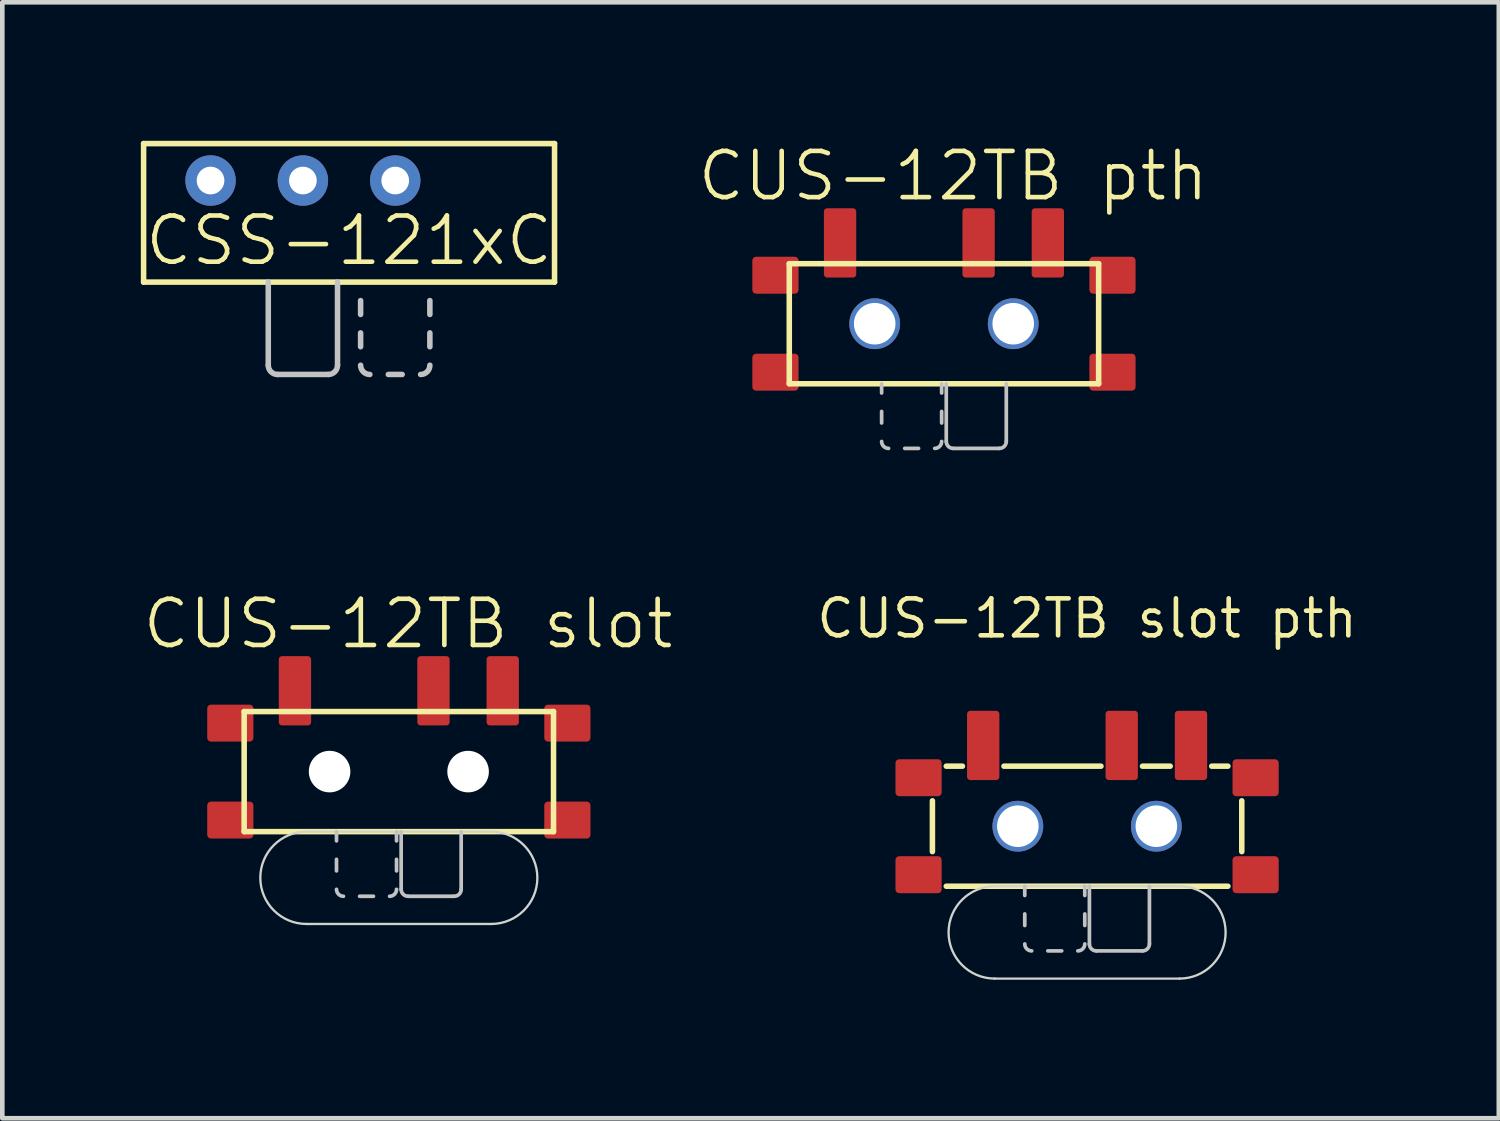
<source format=kicad_pcb>
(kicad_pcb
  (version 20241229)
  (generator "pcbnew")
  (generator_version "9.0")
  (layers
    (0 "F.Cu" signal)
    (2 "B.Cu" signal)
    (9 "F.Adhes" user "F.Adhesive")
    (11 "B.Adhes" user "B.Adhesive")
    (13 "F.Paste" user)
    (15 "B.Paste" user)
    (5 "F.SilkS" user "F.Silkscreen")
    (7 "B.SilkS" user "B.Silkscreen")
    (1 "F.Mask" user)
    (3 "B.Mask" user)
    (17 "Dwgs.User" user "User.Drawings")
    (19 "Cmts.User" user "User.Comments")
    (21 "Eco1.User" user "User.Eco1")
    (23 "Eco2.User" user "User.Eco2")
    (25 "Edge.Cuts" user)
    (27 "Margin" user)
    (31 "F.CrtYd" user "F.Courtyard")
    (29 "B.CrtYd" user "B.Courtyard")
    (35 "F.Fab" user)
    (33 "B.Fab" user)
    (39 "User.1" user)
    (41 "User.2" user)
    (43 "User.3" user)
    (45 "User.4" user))
  (footprint "CSS-121xC"
    (layer "F.Cu")
    (at 4.51 0.86)
    (property "Reference" "CSS-121xC" (at 0 1.3 0) (layer "F.SilkS") (effects (font (size 1 1) (thickness 0.1))))
    (attr through_hole)
    (fp_line (start -4.45 -0.8) (end -4.45 2.2) (stroke (width 0.12) (type solid)) (layer "F.SilkS"))
    (fp_line (start -4.45 -0.8) (end 4.45 -0.8) (stroke (width 0.12) (type solid)) (layer "F.SilkS"))
    (fp_line (start -4.45 2.2) (end 4.45 2.2) (stroke (width 0.12) (type solid)) (layer "F.SilkS"))
    (fp_line (start 4.45 -0.8) (end 4.45 2.2) (stroke (width 0.12) (type solid)) (layer "F.SilkS"))
    (fp_line (start -1.75 4) (end -1.75 2.2) (stroke (width 0.12) (type solid)) (layer "Dwgs.User"))
    (fp_line (start -0.45 4.2) (end -1.55 4.2) (stroke (width 0.12) (type solid)) (layer "Dwgs.User"))
    (fp_line (start -0.25 2.2) (end -0.25 4) (stroke (width 0.12) (type solid)) (layer "Dwgs.User"))
    (fp_line (start 0.25 2.9) (end 0.25 2.6) (stroke (width 0.12) (type solid)) (layer "Dwgs.User"))
    (fp_line (start 0.25 3.6) (end 0.25 3.3) (stroke (width 0.12) (type solid)) (layer "Dwgs.User"))
    (fp_line (start 1.15 4.2) (end 0.85 4.2) (stroke (width 0.12) (type solid)) (layer "Dwgs.User"))
    (fp_line (start 1.75 2.6) (end 1.75 2.9) (stroke (width 0.12) (type solid)) (layer "Dwgs.User"))
    (fp_line (start 1.75 3.3) (end 1.75 3.6) (stroke (width 0.12) (type solid)) (layer "Dwgs.User"))
    (fp_arc (start -1.55 4.2) (mid -1.691421 4.141421) (end -1.75 4) (stroke (width 0.12) (type solid)) (layer "Dwgs.User"))
    (fp_arc (start -0.25 4) (mid -0.308579 4.141421) (end -0.45 4.2) (stroke (width 0.12) (type solid)) (layer "Dwgs.User"))
    (fp_arc (start 0.45 4.2) (mid 0.308579 4.141421) (end 0.25 4) (stroke (width 0.12) (type solid)) (layer "Dwgs.User"))
    (fp_arc (start 1.75 4) (mid 1.691421 4.141421) (end 1.55 4.2) (stroke (width 0.12) (type solid)) (layer "Dwgs.User"))
    (pad "1" thru_hole circle (at -3 0) (size 1.092 1.092) (drill 0.6) (layers "*.Cu" "*.Mask"))
    (pad "2" thru_hole circle (at -1 0) (size 1.092 1.092) (drill 0.6) (layers "*.Cu" "*.Mask"))
    (pad "3" thru_hole circle (at 1 0) (size 1.092 1.092) (drill 0.6) (layers "*.Cu" "*.Mask")))
  (footprint "CUS-12TB pth"
    (layer "F.Cu")
    (at 17.394 3.961)
    (property "Reference" "CUS-12TB pth" (at 0.2 -3.2 0) (layer "F.SilkS") (effects (font (size 1 1) (thickness 0.1))))
    (attr smd)
    (fp_line (start -3.35 -1.3) (end -3.35 1.3) (stroke (width 0.12) (type solid)) (layer "F.SilkS"))
    (fp_line (start -3.35 1.3) (end 3.35 1.3) (stroke (width 0.12) (type solid)) (layer "F.SilkS"))
    (fp_line (start 3.35 -1.3) (end -3.35 -1.3) (stroke (width 0.12) (type solid)) (layer "F.SilkS"))
    (fp_line (start 3.35 1.3) (end 3.35 -1.3) (stroke (width 0.12) (type solid)) (layer "F.SilkS"))
    (fp_line (start -1.35 1.3) (end -1.35 1.5) (stroke (width 0.08) (type solid)) (layer "Dwgs.User"))
    (fp_line (start -1.35 1.9) (end -1.35 2.15) (stroke (width 0.08) (type solid)) (layer "Dwgs.User"))
    (fp_line (start -0.85 2.7) (end -0.55 2.7) (stroke (width 0.08) (type solid)) (layer "Dwgs.User"))
    (fp_line (start -0.05 1.5) (end -0.05 1.3) (stroke (width 0.08) (type solid)) (layer "Dwgs.User"))
    (fp_line (start -0.05 2.15) (end -0.05 1.9) (stroke (width 0.08) (type solid)) (layer "Dwgs.User"))
    (fp_line (start 0.05 1.3) (end 0.05 2.55) (stroke (width 0.08) (type solid)) (layer "Dwgs.User"))
    (fp_line (start 0.2 2.7) (end 1.2 2.7) (stroke (width 0.08) (type solid)) (layer "Dwgs.User"))
    (fp_line (start 1.35 2.55) (end 1.35 1.3) (stroke (width 0.08) (type solid)) (layer "Dwgs.User"))
    (fp_arc (start -1.2 2.7) (mid -1.306066 2.656066) (end -1.35 2.55) (stroke (width 0.08) (type solid)) (layer "Dwgs.User"))
    (fp_arc (start -0.05 2.55) (mid -0.093934 2.656066) (end -0.2 2.7) (stroke (width 0.08) (type solid)) (layer "Dwgs.User"))
    (fp_arc (start 0.2 2.7) (mid 0.093934 2.656066) (end 0.05 2.55) (stroke (width 0.08) (type solid)) (layer "Dwgs.User"))
    (fp_arc (start 1.35 2.55) (mid 1.306066 2.656066) (end 1.2 2.7) (stroke (width 0.08) (type solid)) (layer "Dwgs.User"))
    (pad "1" smd roundrect (at -2.25 -1.75) (size 0.7 1.5) (layers "F.Cu" "F.Mask" "F.Paste") (roundrect_rratio 0.1))
    (pad "2" smd roundrect (at 0.75 -1.75) (size 0.7 1.5) (layers "F.Cu" "F.Mask" "F.Paste") (roundrect_rratio 0.1))
    (pad "3" smd roundrect (at 2.25 -1.75) (size 0.7 1.5) (layers "F.Cu" "F.Mask" "F.Paste") (roundrect_rratio 0.1))
    (pad "S" smd roundrect (at -3.65 -1.05) (size 1 0.8) (layers "F.Cu" "F.Mask" "F.Paste") (roundrect_rratio 0.1))
    (pad "S" smd roundrect (at -3.65 1.05) (size 1 0.8) (layers "F.Cu" "F.Mask" "F.Paste") (roundrect_rratio 0.1))
    (pad "S" thru_hole circle (at -1.5 0) (size 1.1 1.1) (drill 0.9) (layers "*.Cu" "*.Mask"))
    (pad "S" thru_hole circle (at 1.5 0) (size 1.1 1.1) (drill 0.9) (layers "*.Cu" "*.Mask"))
    (pad "S" smd roundrect (at 3.65 -1.05) (size 1 0.8) (layers "F.Cu" "F.Mask" "F.Paste") (roundrect_rratio 0.1))
    (pad "S" smd roundrect (at 3.65 1.05) (size 1 0.8) (layers "F.Cu" "F.Mask" "F.Paste") (roundrect_rratio 0.1)))
  (footprint "CUS-12TB slot pth"
    (layer "F.Cu")
    (at 20.494 14.844)
    (property "Reference" "CUS-12TB slot pth" (at 0 -4.5 0) (unlocked yes) (layer "F.SilkS") (effects (font (size 0.8 0.8) (thickness 0.1))))
    (attr smd)
    (fp_line (start -3.35 -0.55) (end -3.35 0.55) (stroke (width 0.12) (type solid)) (layer "F.SilkS"))
    (fp_line (start -3.05 1.3) (end 3.05 1.3) (stroke (width 0.12) (type solid)) (layer "F.SilkS"))
    (fp_line (start -2.7 -1.3) (end -3.05 -1.3) (stroke (width 0.12) (type solid)) (layer "F.SilkS"))
    (fp_line (start 0.3 -1.3) (end -1.8 -1.3) (stroke (width 0.12) (type solid)) (layer "F.SilkS"))
    (fp_line (start 1.8 -1.3) (end 1.2 -1.3) (stroke (width 0.12) (type solid)) (layer "F.SilkS"))
    (fp_line (start 3.05 -1.3) (end 2.7 -1.3) (stroke (width 0.12) (type solid)) (layer "F.SilkS"))
    (fp_line (start 3.35 0.55) (end 3.35 -0.55) (stroke (width 0.12) (type solid)) (layer "F.SilkS"))
    (fp_line (start -1.35 1.3) (end -1.35 1.5) (stroke (width 0.08) (type solid)) (layer "Dwgs.User"))
    (fp_line (start -1.35 1.9) (end -1.35 2.15) (stroke (width 0.08) (type solid)) (layer "Dwgs.User"))
    (fp_line (start -0.85 2.7) (end -0.55 2.7) (stroke (width 0.08) (type solid)) (layer "Dwgs.User"))
    (fp_line (start -0.05 1.5) (end -0.05 1.3) (stroke (width 0.08) (type solid)) (layer "Dwgs.User"))
    (fp_line (start -0.05 2.15) (end -0.05 1.9) (stroke (width 0.08) (type solid)) (layer "Dwgs.User"))
    (fp_line (start 0.05 1.3) (end 0.05 2.55) (stroke (width 0.08) (type solid)) (layer "Dwgs.User"))
    (fp_line (start 0.2 2.7) (end 1.2 2.7) (stroke (width 0.08) (type solid)) (layer "Dwgs.User"))
    (fp_line (start 1.35 2.55) (end 1.35 1.3) (stroke (width 0.08) (type solid)) (layer "Dwgs.User"))
    (fp_arc (start -1.2 2.7) (mid -1.306066 2.656066) (end -1.35 2.55) (stroke (width 0.08) (type solid)) (layer "Dwgs.User"))
    (fp_arc (start -0.05 2.55) (mid -0.093934 2.656066) (end -0.2 2.7) (stroke (width 0.08) (type solid)) (layer "Dwgs.User"))
    (fp_arc (start 0.2 2.7) (mid 0.093934 2.656066) (end 0.05 2.55) (stroke (width 0.08) (type solid)) (layer "Dwgs.User"))
    (fp_arc (start 1.35 2.55) (mid 1.306066 2.656066) (end 1.2 2.7) (stroke (width 0.08) (type solid)) (layer "Dwgs.User"))
    (fp_line (start -2 1.3) (end 2 1.3) (stroke (width 0.05) (type default)) (layer "Edge.Cuts"))
    (fp_line (start -2 3.3) (end 2 3.3) (stroke (width 0.05) (type default)) (layer "Edge.Cuts"))
    (fp_arc (start -2 3.3) (mid -3 2.3) (end -2 1.3) (stroke (width 0.05) (type default)) (layer "Edge.Cuts"))
    (fp_arc (start 2 1.3) (mid 3 2.3) (end 2 3.3) (stroke (width 0.05) (type default)) (layer "Edge.Cuts"))
    (pad "1" smd roundrect (at -2.25 -1.75) (size 0.7 1.5) (layers "F.Cu" "F.Mask" "F.Paste") (roundrect_rratio 0.1))
    (pad "2" smd roundrect (at 0.75 -1.75) (size 0.7 1.5) (layers "F.Cu" "F.Mask" "F.Paste") (roundrect_rratio 0.1))
    (pad "3" smd roundrect (at 2.25 -1.75) (size 0.7 1.5) (layers "F.Cu" "F.Mask" "F.Paste") (roundrect_rratio 0.1))
    (pad "S" smd roundrect (at -3.65 -1.05) (size 1 0.8) (layers "F.Cu" "F.Mask" "F.Paste") (roundrect_rratio 0.1))
    (pad "S" smd roundrect (at -3.65 1.05) (size 1 0.8) (layers "F.Cu" "F.Mask" "F.Paste") (roundrect_rratio 0.1))
    (pad "S" thru_hole circle (at -1.5 0) (size 1.1 1.1) (drill 0.9) (layers "*.Cu" "*.Mask"))
    (pad "S" thru_hole circle (at 1.5 0) (size 1.1 1.1) (drill 0.9) (layers "*.Cu" "*.Mask"))
    (pad "S" smd roundrect (at 3.65 -1.05) (size 1 0.8) (layers "F.Cu" "F.Mask" "F.Paste") (roundrect_rratio 0.1))
    (pad "S" smd roundrect (at 3.65 1.05) (size 1 0.8) (layers "F.Cu" "F.Mask" "F.Paste") (roundrect_rratio 0.1)))
  (footprint "CUS-12TB slot"
    (layer "F.Cu")
    (at 5.588 13.661)
    (property "Reference" "CUS-12TB slot" (at 0.2 -3.2 0) (layer "F.SilkS") (effects (font (size 1 1) (thickness 0.1))))
    (attr smd)
    (fp_line (start -3.35 -1.3) (end -3.35 1.3) (stroke (width 0.12) (type solid)) (layer "F.SilkS"))
    (fp_line (start -3.35 1.3) (end 3.35 1.3) (stroke (width 0.12) (type solid)) (layer "F.SilkS"))
    (fp_line (start 3.35 -1.3) (end -3.35 -1.3) (stroke (width 0.12) (type solid)) (layer "F.SilkS"))
    (fp_line (start 3.35 1.3) (end 3.35 -1.3) (stroke (width 0.12) (type solid)) (layer "F.SilkS"))
    (fp_line (start -1.35 1.3) (end -1.35 1.5) (stroke (width 0.08) (type solid)) (layer "Dwgs.User"))
    (fp_line (start -1.35 1.9) (end -1.35 2.15) (stroke (width 0.08) (type solid)) (layer "Dwgs.User"))
    (fp_line (start -0.85 2.7) (end -0.55 2.7) (stroke (width 0.08) (type solid)) (layer "Dwgs.User"))
    (fp_line (start -0.05 1.5) (end -0.05 1.3) (stroke (width 0.08) (type solid)) (layer "Dwgs.User"))
    (fp_line (start -0.05 2.15) (end -0.05 1.9) (stroke (width 0.08) (type solid)) (layer "Dwgs.User"))
    (fp_line (start 0.05 1.3) (end 0.05 2.55) (stroke (width 0.08) (type solid)) (layer "Dwgs.User"))
    (fp_line (start 0.2 2.7) (end 1.2 2.7) (stroke (width 0.08) (type solid)) (layer "Dwgs.User"))
    (fp_line (start 1.35 2.55) (end 1.35 1.3) (stroke (width 0.08) (type solid)) (layer "Dwgs.User"))
    (fp_arc (start -1.2 2.7) (mid -1.306066 2.656066) (end -1.35 2.55) (stroke (width 0.08) (type solid)) (layer "Dwgs.User"))
    (fp_arc (start -0.05 2.55) (mid -0.093934 2.656066) (end -0.2 2.7) (stroke (width 0.08) (type solid)) (layer "Dwgs.User"))
    (fp_arc (start 0.2 2.7) (mid 0.093934 2.656066) (end 0.05 2.55) (stroke (width 0.08) (type solid)) (layer "Dwgs.User"))
    (fp_arc (start 1.35 2.55) (mid 1.306066 2.656066) (end 1.2 2.7) (stroke (width 0.08) (type solid)) (layer "Dwgs.User"))
    (fp_line (start -2 1.3) (end 2 1.3) (stroke (width 0.05) (type default)) (layer "Edge.Cuts"))
    (fp_line (start -2 3.3) (end 2 3.3) (stroke (width 0.05) (type default)) (layer "Edge.Cuts"))
    (fp_arc (start -2 3.3) (mid -3 2.3) (end -2 1.3) (stroke (width 0.05) (type default)) (layer "Edge.Cuts"))
    (fp_arc (start 2 1.3) (mid 3 2.3) (end 2 3.3) (stroke (width 0.05) (type default)) (layer "Edge.Cuts"))
    (pad "" np_thru_hole circle (at -1.5 0) (size 0.9 0.9) (drill 0.9) (layers "*.Cu" "*.Mask"))
    (pad "" np_thru_hole circle (at 1.5 0) (size 0.9 0.9) (drill 0.9) (layers "*.Cu" "*.Mask"))
    (pad "1" smd roundrect (at -2.25 -1.75) (size 0.7 1.5) (layers "F.Cu" "F.Mask" "F.Paste") (roundrect_rratio 0.1))
    (pad "2" smd roundrect (at 0.75 -1.75) (size 0.7 1.5) (layers "F.Cu" "F.Mask" "F.Paste") (roundrect_rratio 0.1))
    (pad "3" smd roundrect (at 2.25 -1.75) (size 0.7 1.5) (layers "F.Cu" "F.Mask" "F.Paste") (roundrect_rratio 0.1))
    (pad "S" smd roundrect (at -3.65 -1.05) (size 1 0.8) (layers "F.Cu" "F.Mask" "F.Paste") (roundrect_rratio 0.1))
    (pad "S" smd roundrect (at -3.65 1.05) (size 1 0.8) (layers "F.Cu" "F.Mask" "F.Paste") (roundrect_rratio 0.1))
    (pad "S" smd roundrect (at 3.65 -1.05) (size 1 0.8) (layers "F.Cu" "F.Mask" "F.Paste") (roundrect_rratio 0.1))
    (pad "S" smd roundrect (at 3.65 1.05) (size 1 0.8) (layers "F.Cu" "F.Mask" "F.Paste") (roundrect_rratio 0.1)))
  (gr_rect
    (start -3 -3)
    (end 29.411 21.169)
    (stroke (width 0.1) (type default))
    (fill no)
    (layer "Edge.Cuts")))
</source>
